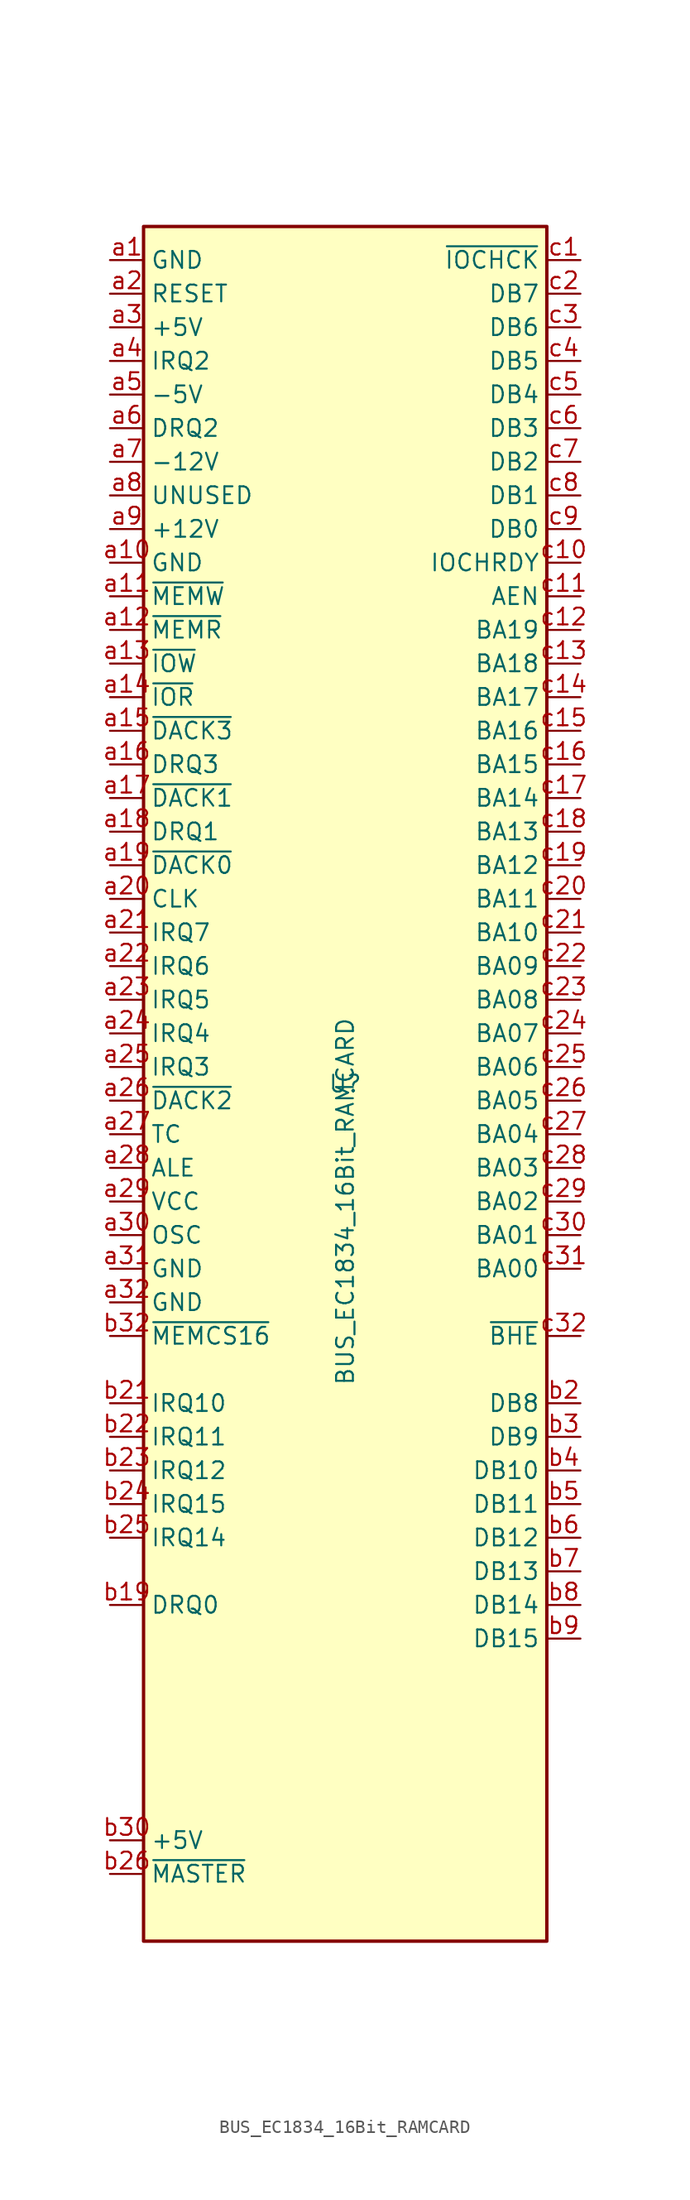
<source format=kicad_sym>
(kicad_symbol_lib
  (version 20241209)
  (generator "kicad_symbol_editor")
  (generator_version "9.0")
  (symbol "BUS_EC1834_16Bit_RAMCARD"
    (property "Reference" "U"
      (at 0 0 0)
      (effects (font (size 1.27 1.27))))
    (property "Value" "BUS_EC1834_16Bit_RAMCARD"
      (at 0 -8.89 90)
      (effects (font (size 1.27 1.27))))
    (symbol "BUS_EC1834_16Bit_RAMCARD_0_1"
      (rectangle (start -15.24 -64.77) (end 15.24 64.77) (stroke (width 0.254) (type default)) (fill (type background))))
    (symbol "BUS_EC1834_16Bit_RAMCARD_1_1"
      (pin power_in line (at -17.78 62.23 0) (length 2.54) (name "GND" (effects (font (size 1.27 1.27)))) (number "a1" (effects (font (size 1.27 1.27)))))
      (pin input line (at -17.78 59.69 0) (length 2.54) (name "RESET" (effects (font (size 1.27 1.27)))) (number "a2" (effects (font (size 1.27 1.27)))))
      (pin power_in line (at -17.78 57.15 0) (length 2.54) (name "+5V" (effects (font (size 1.27 1.27)))) (number "a3" (effects (font (size 1.27 1.27)))))
      (pin passive line (at -17.78 54.61 0) (length 2.54) (name "IRQ2" (effects (font (size 1.27 1.27)))) (number "a4" (effects (font (size 1.27 1.27)))))
      (pin power_in line (at -17.78 52.07 0) (length 2.54) (name "-5V" (effects (font (size 1.27 1.27)))) (number "a5" (effects (font (size 1.27 1.27)))))
      (pin passive line (at -17.78 49.53 0) (length 2.54) (name "DRQ2" (effects (font (size 1.27 1.27)))) (number "a6" (effects (font (size 1.27 1.27)))))
      (pin power_in line (at -17.78 46.99 0) (length 2.54) (name "-12V" (effects (font (size 1.27 1.27)))) (number "a7" (effects (font (size 1.27 1.27)))))
      (pin passive line (at -17.78 44.45 0) (length 2.54) (name "UNUSED" (effects (font (size 1.27 1.27)))) (number "a8" (effects (font (size 1.27 1.27)))))
      (pin power_in line (at -17.78 41.91 0) (length 2.54) (name "+12V" (effects (font (size 1.27 1.27)))) (number "a9" (effects (font (size 1.27 1.27)))))
      (pin power_in line (at -17.78 39.37 0) (length 2.54) (name "GND" (effects (font (size 1.27 1.27)))) (number "a10" (effects (font (size 1.27 1.27)))))
      (pin input line (at -17.78 36.83 0) (length 2.54) (name "~{MEMW}" (effects (font (size 1.27 1.27)))) (number "a11" (effects (font (size 1.27 1.27)))))
      (pin input line (at -17.78 34.29 0) (length 2.54) (name "~{MEMR}" (effects (font (size 1.27 1.27)))) (number "a12" (effects (font (size 1.27 1.27)))))
      (pin input line (at -17.78 31.75 0) (length 2.54) (name "~{IOW}" (effects (font (size 1.27 1.27)))) (number "a13" (effects (font (size 1.27 1.27)))))
      (pin input line (at -17.78 29.21 0) (length 2.54) (name "~{IOR}" (effects (font (size 1.27 1.27)))) (number "a14" (effects (font (size 1.27 1.27)))))
      (pin passive line (at -17.78 26.67 0) (length 2.54) (name "~{DACK3}" (effects (font (size 1.27 1.27)))) (number "a15" (effects (font (size 1.27 1.27)))))
      (pin passive line (at -17.78 24.13 0) (length 2.54) (name "DRQ3" (effects (font (size 1.27 1.27)))) (number "a16" (effects (font (size 1.27 1.27)))))
      (pin passive line (at -17.78 21.59 0) (length 2.54) (name "~{DACK1}" (effects (font (size 1.27 1.27)))) (number "a17" (effects (font (size 1.27 1.27)))))
      (pin passive line (at -17.78 19.05 0) (length 2.54) (name "DRQ1" (effects (font (size 1.27 1.27)))) (number "a18" (effects (font (size 1.27 1.27)))))
      (pin passive line (at -17.78 16.51 0) (length 2.54) (name "~{DACK0}" (effects (font (size 1.27 1.27)))) (number "a19" (effects (font (size 1.27 1.27)))))
      (pin input line (at -17.78 13.97 0) (length 2.54) (name "CLK" (effects (font (size 1.27 1.27)))) (number "a20" (effects (font (size 1.27 1.27)))))
      (pin passive line (at -17.78 11.43 0) (length 2.54) (name "IRQ7" (effects (font (size 1.27 1.27)))) (number "a21" (effects (font (size 1.27 1.27)))))
      (pin passive line (at -17.78 8.89 0) (length 2.54) (name "IRQ6" (effects (font (size 1.27 1.27)))) (number "a22" (effects (font (size 1.27 1.27)))))
      (pin passive line (at -17.78 6.35 0) (length 2.54) (name "IRQ5" (effects (font (size 1.27 1.27)))) (number "a23" (effects (font (size 1.27 1.27)))))
      (pin passive line (at -17.78 3.81 0) (length 2.54) (name "IRQ4" (effects (font (size 1.27 1.27)))) (number "a24" (effects (font (size 1.27 1.27)))))
      (pin passive line (at -17.78 1.27 0) (length 2.54) (name "IRQ3" (effects (font (size 1.27 1.27)))) (number "a25" (effects (font (size 1.27 1.27)))))
      (pin passive line (at -17.78 -1.27 0) (length 2.54) (name "~{DACK2}" (effects (font (size 1.27 1.27)))) (number "a26" (effects (font (size 1.27 1.27)))))
      (pin passive line (at -17.78 -3.81 0) (length 2.54) (name "TC" (effects (font (size 1.27 1.27)))) (number "a27" (effects (font (size 1.27 1.27)))))
      (pin input line (at -17.78 -6.35 0) (length 2.54) (name "ALE" (effects (font (size 1.27 1.27)))) (number "a28" (effects (font (size 1.27 1.27)))))
      (pin power_in line (at -17.78 -8.89 0) (length 2.54) (name "VCC" (effects (font (size 1.27 1.27)))) (number "a29" (effects (font (size 1.27 1.27)))))
      (pin input line (at -17.78 -11.43 0) (length 2.54) (name "OSC" (effects (font (size 1.27 1.27)))) (number "a30" (effects (font (size 1.27 1.27)))))
      (pin power_in line (at -17.78 -13.97 0) (length 2.54) (name "GND" (effects (font (size 1.27 1.27)))) (number "a31" (effects (font (size 1.27 1.27)))))
      (pin power_in line (at -17.78 -16.51 0) (length 2.54) (name "GND" (effects (font (size 1.27 1.27)))) (number "a32" (effects (font (size 1.27 1.27)))))
      (pin passive line (at -17.78 -19.05 0) (length 2.54) (name "~{MEMCS16}" (effects (font (size 1.27 1.27)))) (number "b32" (effects (font (size 1.27 1.27)))))
      (pin passive line (at -17.78 -24.13 0) (length 2.54) (name "IRQ10" (effects (font (size 1.27 1.27)))) (number "b21" (effects (font (size 1.27 1.27)))))
      (pin passive line (at -17.78 -26.67 0) (length 2.54) (name "IRQ11" (effects (font (size 1.27 1.27)))) (number "b22" (effects (font (size 1.27 1.27)))))
      (pin passive line (at -17.78 -29.21 0) (length 2.54) (name "IRQ12" (effects (font (size 1.27 1.27)))) (number "b23" (effects (font (size 1.27 1.27)))))
      (pin passive line (at -17.78 -31.75 0) (length 2.54) (name "IRQ15" (effects (font (size 1.27 1.27)))) (number "b24" (effects (font (size 1.27 1.27)))))
      (pin passive line (at -17.78 -34.29 0) (length 2.54) (name "IRQ14" (effects (font (size 1.27 1.27)))) (number "b25" (effects (font (size 1.27 1.27)))))
      (pin passive line (at -17.78 -39.37 0) (length 2.54) (name "DRQ0" (effects (font (size 1.27 1.27)))) (number "b19" (effects (font (size 1.27 1.27)))))
      (pin power_in line (at -17.78 -57.15 0) (length 2.54) (name "+5V" (effects (font (size 1.27 1.27)))) (number "b30" (effects (font (size 1.27 1.27)))))
      (pin passive line (at -17.78 -59.69 0) (length 2.54) (name "~{MASTER}" (effects (font (size 1.27 1.27)))) (number "b26" (effects (font (size 1.27 1.27)))))
      (pin no_connect line (at 1.27 -25.4 180) (length 2.54) (hide yes) (name "UNUSED" (effects (font (size 1.27 1.27)))) (number "b1" (effects (font (size 1.27 1.27)))))
      (pin no_connect line (at 1.27 -27.94 180) (length 2.54) (hide yes) (name "UNUSED" (effects (font (size 1.27 1.27)))) (number "b10" (effects (font (size 1.27 1.27)))))
      (pin no_connect line (at 1.27 -30.48 180) (length 2.54) (hide yes) (name "UNUSED" (effects (font (size 1.27 1.27)))) (number "b11" (effects (font (size 1.27 1.27)))))
      (pin no_connect line (at 1.27 -33.02 180) (length 2.54) (hide yes) (name "UNUSED" (effects (font (size 1.27 1.27)))) (number "b12" (effects (font (size 1.27 1.27)))))
      (pin no_connect line (at 1.27 -35.56 180) (length 2.54) (hide yes) (name "UNUSED" (effects (font (size 1.27 1.27)))) (number "b13" (effects (font (size 1.27 1.27)))))
      (pin no_connect line (at 1.27 -38.1 180) (length 2.54) (hide yes) (name "UNUSED" (effects (font (size 1.27 1.27)))) (number "b14" (effects (font (size 1.27 1.27)))))
      (pin no_connect line (at 1.27 -40.64 180) (length 2.54) (hide yes) (name "UNUSED" (effects (font (size 1.27 1.27)))) (number "b15" (effects (font (size 1.27 1.27)))))
      (pin no_connect line (at 1.27 -43.18 180) (length 2.54) (hide yes) (name "UNUSED" (effects (font (size 1.27 1.27)))) (number "b16" (effects (font (size 1.27 1.27)))))
      (pin no_connect line (at 1.27 -45.72 180) (length 2.54) (hide yes) (name "UNUSED" (effects (font (size 1.27 1.27)))) (number "b17" (effects (font (size 1.27 1.27)))))
      (pin no_connect line (at 1.27 -48.26 180) (length 2.54) (hide yes) (name "UNUSED" (effects (font (size 1.27 1.27)))) (number "b18" (effects (font (size 1.27 1.27)))))
      (pin no_connect line (at 1.27 -50.8 180) (length 2.54) (hide yes) (name "UNUSED" (effects (font (size 1.27 1.27)))) (number "b20" (effects (font (size 1.27 1.27)))))
      (pin no_connect line (at 1.27 -53.34 180) (length 2.54) (hide yes) (name "UNUSED" (effects (font (size 1.27 1.27)))) (number "b27" (effects (font (size 1.27 1.27)))))
      (pin no_connect line (at 1.27 -55.88 180) (length 2.54) (hide yes) (name "UNUSED" (effects (font (size 1.27 1.27)))) (number "b28" (effects (font (size 1.27 1.27)))))
      (pin no_connect line (at 1.27 -58.42 180) (length 2.54) (hide yes) (name "UNUSED" (effects (font (size 1.27 1.27)))) (number "b29" (effects (font (size 1.27 1.27)))))
      (pin no_connect line (at 1.27 -60.96 180) (length 2.54) (hide yes) (name "UNUSED" (effects (font (size 1.27 1.27)))) (number "b31" (effects (font (size 1.27 1.27)))))
      (pin passive line (at 17.78 62.23 180) (length 2.54) (name "~{IOCHCK}" (effects (font (size 1.27 1.27)))) (number "c1" (effects (font (size 1.27 1.27)))))
      (pin tri_state line (at 17.78 59.69 180) (length 2.54) (name "DB7" (effects (font (size 1.27 1.27)))) (number "c2" (effects (font (size 1.27 1.27)))))
      (pin tri_state line (at 17.78 57.15 180) (length 2.54) (name "DB6" (effects (font (size 1.27 1.27)))) (number "c3" (effects (font (size 1.27 1.27)))))
      (pin tri_state line (at 17.78 54.61 180) (length 2.54) (name "DB5" (effects (font (size 1.27 1.27)))) (number "c4" (effects (font (size 1.27 1.27)))))
      (pin tri_state line (at 17.78 52.07 180) (length 2.54) (name "DB4" (effects (font (size 1.27 1.27)))) (number "c5" (effects (font (size 1.27 1.27)))))
      (pin tri_state line (at 17.78 49.53 180) (length 2.54) (name "DB3" (effects (font (size 1.27 1.27)))) (number "c6" (effects (font (size 1.27 1.27)))))
      (pin tri_state line (at 17.78 46.99 180) (length 2.54) (name "DB2" (effects (font (size 1.27 1.27)))) (number "c7" (effects (font (size 1.27 1.27)))))
      (pin tri_state line (at 17.78 44.45 180) (length 2.54) (name "DB1" (effects (font (size 1.27 1.27)))) (number "c8" (effects (font (size 1.27 1.27)))))
      (pin tri_state line (at 17.78 41.91 180) (length 2.54) (name "DB0" (effects (font (size 1.27 1.27)))) (number "c9" (effects (font (size 1.27 1.27)))))
      (pin passive line (at 17.78 39.37 180) (length 2.54) (name "IOCHRDY" (effects (font (size 1.27 1.27)))) (number "c10" (effects (font (size 1.27 1.27)))))
      (pin input line (at 17.78 36.83 180) (length 2.54) (name "AEN" (effects (font (size 1.27 1.27)))) (number "c11" (effects (font (size 1.27 1.27)))))
      (pin tri_state line (at 17.78 34.29 180) (length 2.54) (name "BA19" (effects (font (size 1.27 1.27)))) (number "c12" (effects (font (size 1.27 1.27)))))
      (pin tri_state line (at 17.78 31.75 180) (length 2.54) (name "BA18" (effects (font (size 1.27 1.27)))) (number "c13" (effects (font (size 1.27 1.27)))))
      (pin tri_state line (at 17.78 29.21 180) (length 2.54) (name "BA17" (effects (font (size 1.27 1.27)))) (number "c14" (effects (font (size 1.27 1.27)))))
      (pin tri_state line (at 17.78 26.67 180) (length 2.54) (name "BA16" (effects (font (size 1.27 1.27)))) (number "c15" (effects (font (size 1.27 1.27)))))
      (pin tri_state line (at 17.78 24.13 180) (length 2.54) (name "BA15" (effects (font (size 1.27 1.27)))) (number "c16" (effects (font (size 1.27 1.27)))))
      (pin tri_state line (at 17.78 21.59 180) (length 2.54) (name "BA14" (effects (font (size 1.27 1.27)))) (number "c17" (effects (font (size 1.27 1.27)))))
      (pin tri_state line (at 17.78 19.05 180) (length 2.54) (name "BA13" (effects (font (size 1.27 1.27)))) (number "c18" (effects (font (size 1.27 1.27)))))
      (pin tri_state line (at 17.78 16.51 180) (length 2.54) (name "BA12" (effects (font (size 1.27 1.27)))) (number "c19" (effects (font (size 1.27 1.27)))))
      (pin tri_state line (at 17.78 13.97 180) (length 2.54) (name "BA11" (effects (font (size 1.27 1.27)))) (number "c20" (effects (font (size 1.27 1.27)))))
      (pin tri_state line (at 17.78 11.43 180) (length 2.54) (name "BA10" (effects (font (size 1.27 1.27)))) (number "c21" (effects (font (size 1.27 1.27)))))
      (pin tri_state line (at 17.78 8.89 180) (length 2.54) (name "BA09" (effects (font (size 1.27 1.27)))) (number "c22" (effects (font (size 1.27 1.27)))))
      (pin tri_state line (at 17.78 6.35 180) (length 2.54) (name "BA08" (effects (font (size 1.27 1.27)))) (number "c23" (effects (font (size 1.27 1.27)))))
      (pin tri_state line (at 17.78 3.81 180) (length 2.54) (name "BA07" (effects (font (size 1.27 1.27)))) (number "c24" (effects (font (size 1.27 1.27)))))
      (pin tri_state line (at 17.78 1.27 180) (length 2.54) (name "BA06" (effects (font (size 1.27 1.27)))) (number "c25" (effects (font (size 1.27 1.27)))))
      (pin tri_state line (at 17.78 -1.27 180) (length 2.54) (name "BA05" (effects (font (size 1.27 1.27)))) (number "c26" (effects (font (size 1.27 1.27)))))
      (pin tri_state line (at 17.78 -3.81 180) (length 2.54) (name "BA04" (effects (font (size 1.27 1.27)))) (number "c27" (effects (font (size 1.27 1.27)))))
      (pin tri_state line (at 17.78 -6.35 180) (length 2.54) (name "BA03" (effects (font (size 1.27 1.27)))) (number "c28" (effects (font (size 1.27 1.27)))))
      (pin tri_state line (at 17.78 -8.89 180) (length 2.54) (name "BA02" (effects (font (size 1.27 1.27)))) (number "c29" (effects (font (size 1.27 1.27)))))
      (pin tri_state line (at 17.78 -11.43 180) (length 2.54) (name "BA01" (effects (font (size 1.27 1.27)))) (number "c30" (effects (font (size 1.27 1.27)))))
      (pin tri_state line (at 17.78 -13.97 180) (length 2.54) (name "BA00" (effects (font (size 1.27 1.27)))) (number "c31" (effects (font (size 1.27 1.27)))))
      (pin passive line (at 17.78 -19.05 180) (length 2.54) (name "~{BHE}" (effects (font (size 1.27 1.27)))) (number "c32" (effects (font (size 1.27 1.27)))))
      (pin tri_state line (at 17.78 -24.13 180) (length 2.54) (name "DB8" (effects (font (size 1.27 1.27)))) (number "b2" (effects (font (size 1.27 1.27)))))
      (pin tri_state line (at 17.78 -26.67 180) (length 2.54) (name "DB9" (effects (font (size 1.27 1.27)))) (number "b3" (effects (font (size 1.27 1.27)))))
      (pin tri_state line (at 17.78 -29.21 180) (length 2.54) (name "DB10" (effects (font (size 1.27 1.27)))) (number "b4" (effects (font (size 1.27 1.27)))))
      (pin tri_state line (at 17.78 -31.75 180) (length 2.54) (name "DB11" (effects (font (size 1.27 1.27)))) (number "b5" (effects (font (size 1.27 1.27)))))
      (pin tri_state line (at 17.78 -34.29 180) (length 2.54) (name "DB12" (effects (font (size 1.27 1.27)))) (number "b6" (effects (font (size 1.27 1.27)))))
      (pin tri_state line (at 17.78 -36.83 180) (length 2.54) (name "DB13" (effects (font (size 1.27 1.27)))) (number "b7" (effects (font (size 1.27 1.27)))))
      (pin tri_state line (at 17.78 -39.37 180) (length 2.54) (name "DB14" (effects (font (size 1.27 1.27)))) (number "b8" (effects (font (size 1.27 1.27)))))
      (pin tri_state line (at 17.78 -41.91 180) (length 2.54) (name "DB15" (effects (font (size 1.27 1.27)))) (number "b9" (effects (font (size 1.27 1.27))))))))
</source>
